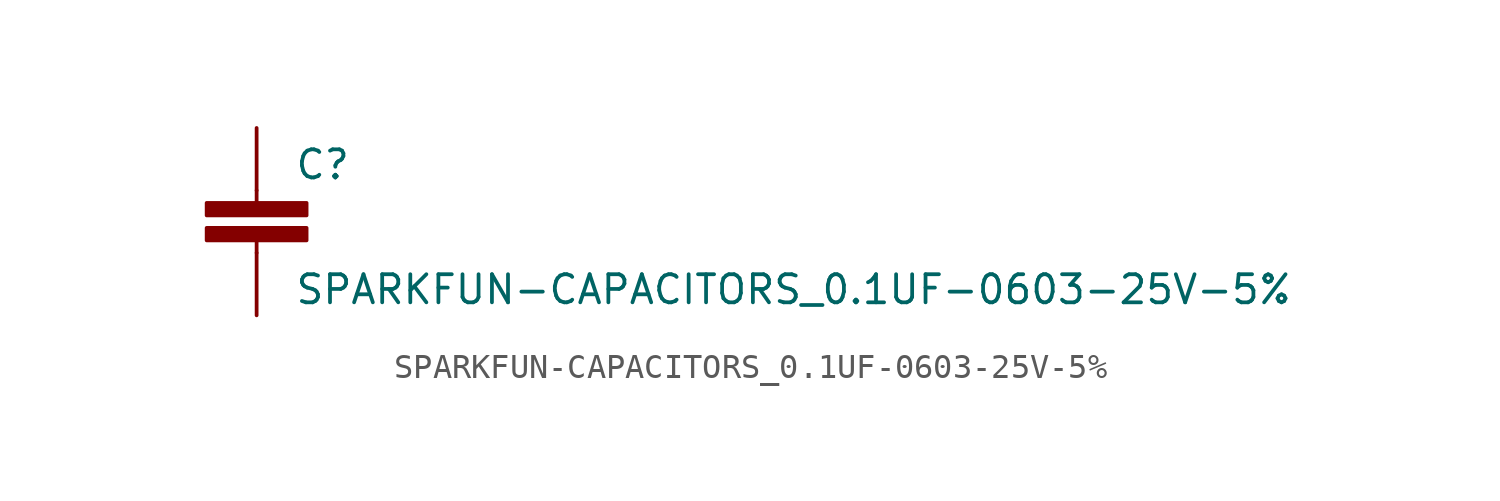
<source format=kicad_sym>
(kicad_symbol_lib
  (version 20220914)
  (generator kicad_symbol_editor)
  (symbol "SPARKFUN-CAPACITORS_0.1UF-0603-25V-5%"
    (pin_numbers hide)
    (pin_names
      (offset 1.016) hide)
    (property "Reference" "C"
      (at 1.524 2.921 0)
      (effects (font (size 1.143 1.143)) (justify left bottom)))
    (property "Value" "SPARKFUN-CAPACITORS_0.1UF-0603-25V-5%"
      (at 1.524 -2.159 0)
      (effects (font (size 1.143 1.143)) (justify left bottom)))
    (property "ki_locked" ""
      (at 0 0 0)
      (effects (font (size 1.27 1.27))))
    (symbol "SPARKFUN-CAPACITORS_0.1UF-0603-25V-5%_1_0"
      (polyline (pts (xy 0 0) (xy 0 0.508)) (stroke (width 0) (type solid)) (fill (type none)))
      (polyline (pts (xy 0 2.54) (xy 0 2.032)) (stroke (width 0) (type solid)) (fill (type none))))
    (symbol "SPARKFUN-CAPACITORS_0.1UF-0603-25V-5%_1_1"
      (rectangle (start -2.032 0.508) (end 2.032 1.016) (stroke (width 0) (type solid)) (fill (type outline)))
      (rectangle (start -2.032 1.524) (end 2.032 2.032) (stroke (width 0) (type solid)) (fill (type outline)))
      (pin passive line (at 0 5.08 270) (length 2.54) (name "1" (effects (font (size 1.016 1.016)))) (number "1" (effects (font (size 1.016 1.016)))))
      (pin passive line (at 0 -2.54 90) (length 2.54) (name "2" (effects (font (size 1.016 1.016)))) (number "2" (effects (font (size 1.016 1.016))))))))
</source>
